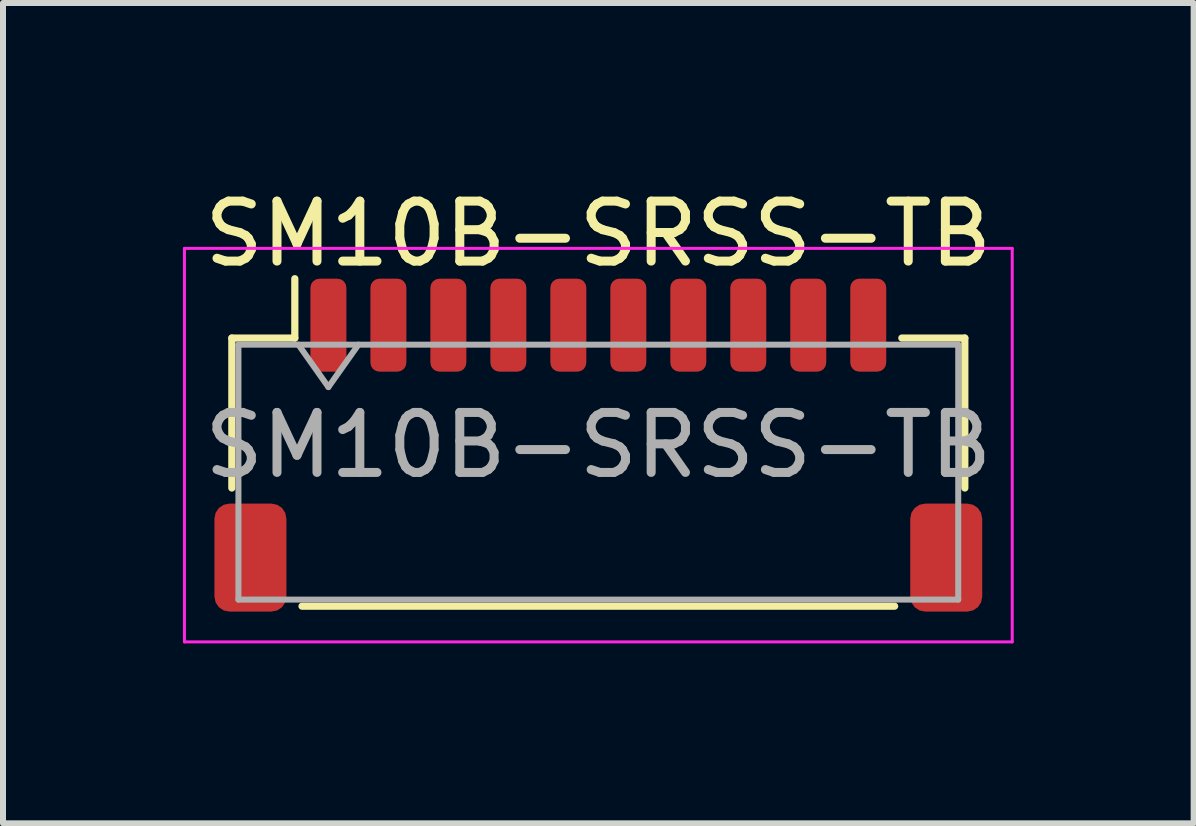
<source format=kicad_pcb>
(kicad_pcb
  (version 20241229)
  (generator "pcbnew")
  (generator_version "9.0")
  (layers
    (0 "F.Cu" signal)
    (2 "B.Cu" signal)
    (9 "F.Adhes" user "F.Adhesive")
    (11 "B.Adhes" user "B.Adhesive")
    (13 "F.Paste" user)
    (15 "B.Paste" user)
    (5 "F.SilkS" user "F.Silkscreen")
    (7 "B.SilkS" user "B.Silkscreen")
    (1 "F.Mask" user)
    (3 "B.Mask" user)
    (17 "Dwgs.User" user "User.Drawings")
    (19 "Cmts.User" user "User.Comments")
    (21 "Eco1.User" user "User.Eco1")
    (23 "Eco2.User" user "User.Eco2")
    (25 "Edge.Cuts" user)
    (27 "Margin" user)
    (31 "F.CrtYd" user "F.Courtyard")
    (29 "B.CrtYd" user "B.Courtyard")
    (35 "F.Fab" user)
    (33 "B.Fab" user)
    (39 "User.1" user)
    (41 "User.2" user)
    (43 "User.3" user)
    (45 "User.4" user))
  (footprint "SM10B-SRSS-TB"
    (layer "F.Cu")
    (at 6.925 4.828)
    (property "Reference" "SM10B-SRSS-TB" (at 0 -3.98 180) (layer "F.SilkS") (effects (font (size 1 1) (thickness 0.15))))
    (attr smd)
    (fp_line (start -6.11 -2.242) (end -5.06 -2.242) (stroke (width 0.12) (type solid)) (layer "F.SilkS"))
    (fp_line (start -6.11 0.258) (end -6.11 -2.242) (stroke (width 0.12) (type solid)) (layer "F.SilkS"))
    (fp_line (start -5.06 -2.242) (end -5.06 -3.232) (stroke (width 0.12) (type solid)) (layer "F.SilkS"))
    (fp_line (start -4.94 2.228) (end 4.94 2.228) (stroke (width 0.12) (type solid)) (layer "F.SilkS"))
    (fp_line (start 6.11 -2.242) (end 5.06 -2.242) (stroke (width 0.12) (type solid)) (layer "F.SilkS"))
    (fp_line (start 6.11 0.258) (end 6.11 -2.242) (stroke (width 0.12) (type solid)) (layer "F.SilkS"))
    (fp_line (start -6.9 -3.737) (end -6.9 2.823) (stroke (width 0.05) (type solid)) (layer "F.CrtYd"))
    (fp_line (start -6.9 2.823) (end 6.9 2.823) (stroke (width 0.05) (type solid)) (layer "F.CrtYd"))
    (fp_line (start 6.9 -3.737) (end -6.9 -3.737) (stroke (width 0.05) (type solid)) (layer "F.CrtYd"))
    (fp_line (start 6.9 2.823) (end 6.9 -3.737) (stroke (width 0.05) (type solid)) (layer "F.CrtYd"))
    (fp_line (start -6 -2.132) (end -6 2.118) (stroke (width 0.1) (type solid)) (layer "F.Fab"))
    (fp_line (start -6 -2.132) (end 6 -2.132) (stroke (width 0.1) (type solid)) (layer "F.Fab"))
    (fp_line (start -6 2.118) (end 6 2.118) (stroke (width 0.1) (type solid)) (layer "F.Fab"))
    (fp_line (start -5 -2.132) (end -4.5 -1.425) (stroke (width 0.1) (type solid)) (layer "F.Fab"))
    (fp_line (start -4.5 -1.425) (end -4 -2.132) (stroke (width 0.1) (type solid)) (layer "F.Fab"))
    (fp_line (start 6 -2.132) (end 6 2.118) (stroke (width 0.1) (type solid)) (layer "F.Fab"))
    (fp_text user "${REFERENCE}" (at 0 -0.457 180) (layer "F.Fab") (effects (font (size 1 1) (thickness 0.15))))
    (pad "1" smd roundrect (at -4.5 -2.457) (size 0.6 1.55) (layers "F.Cu" "F.Mask" "F.Paste") (roundrect_rratio 0.25))
    (pad "2" smd roundrect (at -3.5 -2.457) (size 0.6 1.55) (layers "F.Cu" "F.Mask" "F.Paste") (roundrect_rratio 0.25))
    (pad "3" smd roundrect (at -2.5 -2.457) (size 0.6 1.55) (layers "F.Cu" "F.Mask" "F.Paste") (roundrect_rratio 0.25))
    (pad "4" smd roundrect (at -1.5 -2.457) (size 0.6 1.55) (layers "F.Cu" "F.Mask" "F.Paste") (roundrect_rratio 0.25))
    (pad "5" smd roundrect (at -0.5 -2.457) (size 0.6 1.55) (layers "F.Cu" "F.Mask" "F.Paste") (roundrect_rratio 0.25))
    (pad "6" smd roundrect (at 0.5 -2.457) (size 0.6 1.55) (layers "F.Cu" "F.Mask" "F.Paste") (roundrect_rratio 0.25))
    (pad "7" smd roundrect (at 1.5 -2.457) (size 0.6 1.55) (layers "F.Cu" "F.Mask" "F.Paste") (roundrect_rratio 0.25))
    (pad "8" smd roundrect (at 2.5 -2.457) (size 0.6 1.55) (layers "F.Cu" "F.Mask" "F.Paste") (roundrect_rratio 0.25))
    (pad "9" smd roundrect (at 3.5 -2.457) (size 0.6 1.55) (layers "F.Cu" "F.Mask" "F.Paste") (roundrect_rratio 0.25))
    (pad "10" smd roundrect (at 4.5 -2.457) (size 0.6 1.55) (layers "F.Cu" "F.Mask" "F.Paste") (roundrect_rratio 0.25))
    (pad "MP" smd roundrect (at -5.8 1.418) (size 1.2 1.8) (layers "F.Cu" "F.Mask" "F.Paste") (roundrect_rratio 0.208))
    (pad "MP" smd roundrect (at 5.8 1.418) (size 1.2 1.8) (layers "F.Cu" "F.Mask" "F.Paste") (roundrect_rratio 0.208)))
  (gr_rect
    (start -3 -3)
    (end 16.85 10.676)
    (stroke (width 0.1) (type default))
    (fill no)
    (layer "Edge.Cuts")))
</source>
